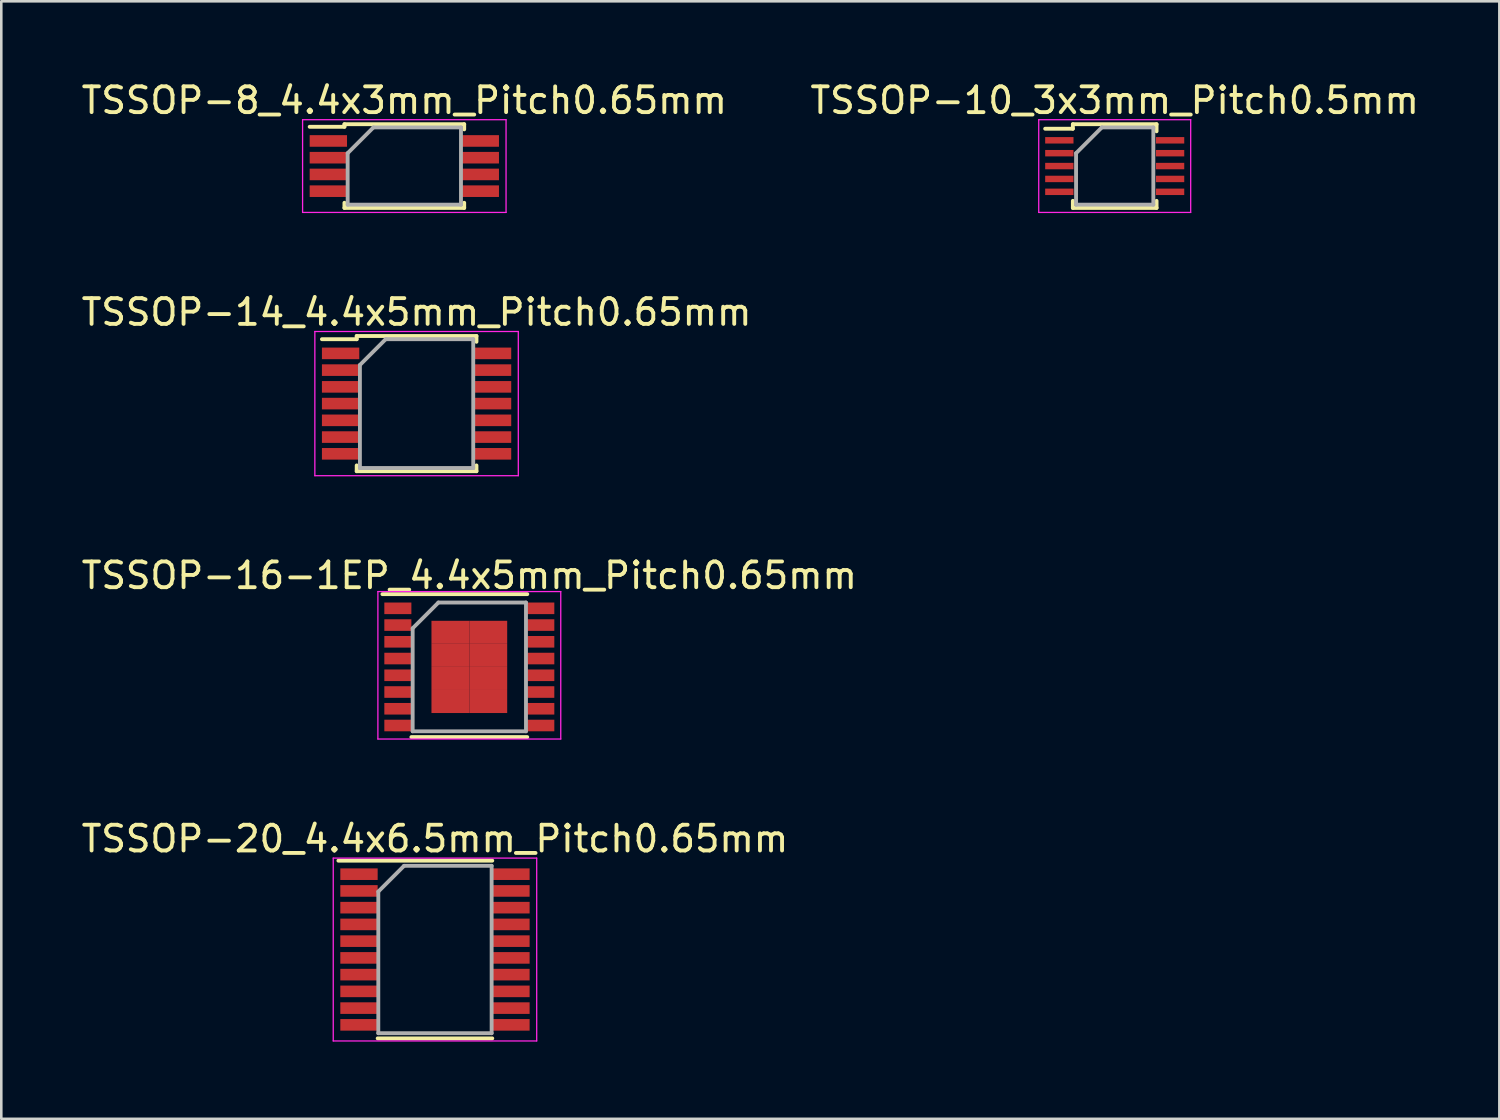
<source format=kicad_pcb>
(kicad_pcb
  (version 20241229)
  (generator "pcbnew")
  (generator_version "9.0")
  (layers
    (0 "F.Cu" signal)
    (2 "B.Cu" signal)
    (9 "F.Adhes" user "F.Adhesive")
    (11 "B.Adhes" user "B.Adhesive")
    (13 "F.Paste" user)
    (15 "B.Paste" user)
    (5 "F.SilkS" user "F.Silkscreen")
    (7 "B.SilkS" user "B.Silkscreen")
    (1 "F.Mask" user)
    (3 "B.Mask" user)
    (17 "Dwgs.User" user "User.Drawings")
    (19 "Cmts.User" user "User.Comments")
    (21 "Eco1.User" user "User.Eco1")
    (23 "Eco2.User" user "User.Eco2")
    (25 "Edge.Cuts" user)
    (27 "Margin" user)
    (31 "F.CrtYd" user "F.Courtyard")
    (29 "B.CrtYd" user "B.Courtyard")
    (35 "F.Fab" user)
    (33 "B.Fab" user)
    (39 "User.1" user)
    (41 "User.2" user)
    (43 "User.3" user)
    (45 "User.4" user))
  (footprint "TSSOP-16-1EP_4.4x5mm_Pitch0.65mm"
    (layer "F.Cu")
    (at 15.173 22.845)
    (property "Reference" "TSSOP-16-1EP_4.4x5mm_Pitch0.65mm" (at 0 -3.55 0) (layer "F.SilkS") (effects (font (size 1 1) (thickness 0.15))))
    (attr smd)
    (fp_line (start -3.375 -2.825) (end 2.25 -2.825) (stroke (width 0.15) (type solid)) (layer "F.SilkS"))
    (fp_line (start -2.25 2.725) (end 2.25 2.725) (stroke (width 0.15) (type solid)) (layer "F.SilkS"))
    (fp_line (start -3.55 -2.925) (end -3.55 2.8) (stroke (width 0.05) (type solid)) (layer "F.CrtYd"))
    (fp_line (start -3.55 -2.925) (end 3.55 -2.925) (stroke (width 0.05) (type solid)) (layer "F.CrtYd"))
    (fp_line (start -3.55 2.8) (end 3.55 2.8) (stroke (width 0.05) (type solid)) (layer "F.CrtYd"))
    (fp_line (start 3.55 -2.925) (end 3.55 2.8) (stroke (width 0.05) (type solid)) (layer "F.CrtYd"))
    (fp_line (start -2.2 -1.5) (end -1.2 -2.5) (stroke (width 0.15) (type solid)) (layer "F.Fab"))
    (fp_line (start -2.2 2.5) (end -2.2 -1.5) (stroke (width 0.15) (type solid)) (layer "F.Fab"))
    (fp_line (start -1.2 -2.5) (end 2.2 -2.5) (stroke (width 0.15) (type solid)) (layer "F.Fab"))
    (fp_line (start 2.2 -2.5) (end 2.2 2.5) (stroke (width 0.15) (type solid)) (layer "F.Fab"))
    (fp_line (start 2.2 2.5) (end -2.2 2.5) (stroke (width 0.15) (type solid)) (layer "F.Fab"))
    (pad "1" smd rect (at -2.775 -2.275) (size 1.05 0.45) (layers "F.Cu" "F.Mask" "F.Paste"))
    (pad "2" smd rect (at -2.775 -1.625) (size 1.05 0.45) (layers "F.Cu" "F.Mask" "F.Paste"))
    (pad "3" smd rect (at -2.775 -0.975) (size 1.05 0.45) (layers "F.Cu" "F.Mask" "F.Paste"))
    (pad "4" smd rect (at -2.775 -0.325) (size 1.05 0.45) (layers "F.Cu" "F.Mask" "F.Paste"))
    (pad "5" smd rect (at -2.775 0.325) (size 1.05 0.45) (layers "F.Cu" "F.Mask" "F.Paste"))
    (pad "6" smd rect (at -2.775 0.975) (size 1.05 0.45) (layers "F.Cu" "F.Mask" "F.Paste"))
    (pad "7" smd rect (at -2.775 1.625) (size 1.05 0.45) (layers "F.Cu" "F.Mask" "F.Paste"))
    (pad "8" smd rect (at -2.775 2.275) (size 1.05 0.45) (layers "F.Cu" "F.Mask" "F.Paste"))
    (pad "9" smd rect (at 2.775 2.275) (size 1.05 0.45) (layers "F.Cu" "F.Mask" "F.Paste"))
    (pad "10" smd rect (at 2.775 1.625) (size 1.05 0.45) (layers "F.Cu" "F.Mask" "F.Paste"))
    (pad "11" smd rect (at 2.775 0.975) (size 1.05 0.45) (layers "F.Cu" "F.Mask" "F.Paste"))
    (pad "12" smd rect (at 2.775 0.325) (size 1.05 0.45) (layers "F.Cu" "F.Mask" "F.Paste"))
    (pad "13" smd rect (at 2.775 -0.325) (size 1.05 0.45) (layers "F.Cu" "F.Mask" "F.Paste"))
    (pad "14" smd rect (at 2.775 -0.975) (size 1.05 0.45) (layers "F.Cu" "F.Mask" "F.Paste"))
    (pad "15" smd rect (at 2.775 -1.625) (size 1.05 0.45) (layers "F.Cu" "F.Mask" "F.Paste"))
    (pad "16" smd rect (at 2.775 -2.275) (size 1.05 0.45) (layers "F.Cu" "F.Mask" "F.Paste"))
    (pad "17" smd rect (at -0.735 -1.343) (size 1.47 0.895) (layers "F.Cu" "F.Mask" "F.Paste"))
    (pad "17" smd rect (at -0.735 -0.448) (size 1.47 0.895) (layers "F.Cu" "F.Mask" "F.Paste"))
    (pad "17" smd rect (at -0.735 0.448) (size 1.47 0.895) (layers "F.Cu" "F.Mask" "F.Paste"))
    (pad "17" smd rect (at -0.735 1.343) (size 1.47 0.895) (layers "F.Cu" "F.Mask" "F.Paste"))
    (pad "17" smd rect (at 0.735 -1.343) (size 1.47 0.895) (layers "F.Cu" "F.Mask" "F.Paste"))
    (pad "17" smd rect (at 0.735 -0.448) (size 1.47 0.895) (layers "F.Cu" "F.Mask" "F.Paste"))
    (pad "17" smd rect (at 0.735 0.448) (size 1.47 0.895) (layers "F.Cu" "F.Mask" "F.Paste"))
    (pad "17" smd rect (at 0.735 1.343) (size 1.47 0.895) (layers "F.Cu" "F.Mask" "F.Paste")))
  (footprint "TSSOP-20_4.4x6.5mm_Pitch0.65mm"
    (layer "F.Cu")
    (at 13.839 33.818)
    (property "Reference" "TSSOP-20_4.4x6.5mm_Pitch0.65mm" (at 0 -4.3 0) (layer "F.SilkS") (effects (font (size 1 1) (thickness 0.15))))
    (attr smd)
    (fp_line (start -3.75 -3.45) (end 2.225 -3.45) (stroke (width 0.15) (type solid)) (layer "F.SilkS"))
    (fp_line (start -2.225 3.45) (end 2.225 3.45) (stroke (width 0.15) (type solid)) (layer "F.SilkS"))
    (fp_line (start -3.95 -3.55) (end -3.95 3.55) (stroke (width 0.05) (type solid)) (layer "F.CrtYd"))
    (fp_line (start -3.95 -3.55) (end 3.95 -3.55) (stroke (width 0.05) (type solid)) (layer "F.CrtYd"))
    (fp_line (start -3.95 3.55) (end 3.95 3.55) (stroke (width 0.05) (type solid)) (layer "F.CrtYd"))
    (fp_line (start 3.95 -3.55) (end 3.95 3.55) (stroke (width 0.05) (type solid)) (layer "F.CrtYd"))
    (fp_line (start -2.2 -2.25) (end -1.2 -3.25) (stroke (width 0.15) (type solid)) (layer "F.Fab"))
    (fp_line (start -2.2 3.25) (end -2.2 -2.25) (stroke (width 0.15) (type solid)) (layer "F.Fab"))
    (fp_line (start -1.2 -3.25) (end 2.2 -3.25) (stroke (width 0.15) (type solid)) (layer "F.Fab"))
    (fp_line (start 2.2 -3.25) (end 2.2 3.25) (stroke (width 0.15) (type solid)) (layer "F.Fab"))
    (fp_line (start 2.2 3.25) (end -2.2 3.25) (stroke (width 0.15) (type solid)) (layer "F.Fab"))
    (pad "1" smd rect (at -2.95 -2.925) (size 1.45 0.45) (layers "F.Cu" "F.Mask" "F.Paste"))
    (pad "2" smd rect (at -2.95 -2.275) (size 1.45 0.45) (layers "F.Cu" "F.Mask" "F.Paste"))
    (pad "3" smd rect (at -2.95 -1.625) (size 1.45 0.45) (layers "F.Cu" "F.Mask" "F.Paste"))
    (pad "4" smd rect (at -2.95 -0.975) (size 1.45 0.45) (layers "F.Cu" "F.Mask" "F.Paste"))
    (pad "5" smd rect (at -2.95 -0.325) (size 1.45 0.45) (layers "F.Cu" "F.Mask" "F.Paste"))
    (pad "6" smd rect (at -2.95 0.325) (size 1.45 0.45) (layers "F.Cu" "F.Mask" "F.Paste"))
    (pad "7" smd rect (at -2.95 0.975) (size 1.45 0.45) (layers "F.Cu" "F.Mask" "F.Paste"))
    (pad "8" smd rect (at -2.95 1.625) (size 1.45 0.45) (layers "F.Cu" "F.Mask" "F.Paste"))
    (pad "9" smd rect (at -2.95 2.275) (size 1.45 0.45) (layers "F.Cu" "F.Mask" "F.Paste"))
    (pad "10" smd rect (at -2.95 2.925) (size 1.45 0.45) (layers "F.Cu" "F.Mask" "F.Paste"))
    (pad "11" smd rect (at 2.95 2.925) (size 1.45 0.45) (layers "F.Cu" "F.Mask" "F.Paste"))
    (pad "12" smd rect (at 2.95 2.275) (size 1.45 0.45) (layers "F.Cu" "F.Mask" "F.Paste"))
    (pad "13" smd rect (at 2.95 1.625) (size 1.45 0.45) (layers "F.Cu" "F.Mask" "F.Paste"))
    (pad "14" smd rect (at 2.95 0.975) (size 1.45 0.45) (layers "F.Cu" "F.Mask" "F.Paste"))
    (pad "15" smd rect (at 2.95 0.325) (size 1.45 0.45) (layers "F.Cu" "F.Mask" "F.Paste"))
    (pad "16" smd rect (at 2.95 -0.325) (size 1.45 0.45) (layers "F.Cu" "F.Mask" "F.Paste"))
    (pad "17" smd rect (at 2.95 -0.975) (size 1.45 0.45) (layers "F.Cu" "F.Mask" "F.Paste"))
    (pad "18" smd rect (at 2.95 -1.625) (size 1.45 0.45) (layers "F.Cu" "F.Mask" "F.Paste"))
    (pad "19" smd rect (at 2.95 -2.275) (size 1.45 0.45) (layers "F.Cu" "F.Mask" "F.Paste"))
    (pad "20" smd rect (at 2.95 -2.925) (size 1.45 0.45) (layers "F.Cu" "F.Mask" "F.Paste")))
  (footprint "TSSOP-10_3x3mm_Pitch0.5mm"
    (layer "F.Cu")
    (at 40.232 3.398)
    (property "Reference" "TSSOP-10_3x3mm_Pitch0.5mm" (at 0 -2.55 0) (layer "F.SilkS") (effects (font (size 1 1) (thickness 0.15))))
    (attr smd)
    (fp_line (start -1.625 -1.625) (end -1.625 -1.45) (stroke (width 0.15) (type solid)) (layer "F.SilkS"))
    (fp_line (start -1.625 -1.625) (end 1.625 -1.625) (stroke (width 0.15) (type solid)) (layer "F.SilkS"))
    (fp_line (start -1.625 -1.45) (end -2.7 -1.45) (stroke (width 0.15) (type solid)) (layer "F.SilkS"))
    (fp_line (start -1.625 1.625) (end -1.625 1.35) (stroke (width 0.15) (type solid)) (layer "F.SilkS"))
    (fp_line (start -1.625 1.625) (end 1.625 1.625) (stroke (width 0.15) (type solid)) (layer "F.SilkS"))
    (fp_line (start 1.625 -1.625) (end 1.625 -1.35) (stroke (width 0.15) (type solid)) (layer "F.SilkS"))
    (fp_line (start 1.625 1.625) (end 1.625 1.35) (stroke (width 0.15) (type solid)) (layer "F.SilkS"))
    (fp_line (start -2.95 -1.8) (end -2.95 1.8) (stroke (width 0.05) (type solid)) (layer "F.CrtYd"))
    (fp_line (start -2.95 -1.8) (end 2.95 -1.8) (stroke (width 0.05) (type solid)) (layer "F.CrtYd"))
    (fp_line (start -2.95 1.8) (end 2.95 1.8) (stroke (width 0.05) (type solid)) (layer "F.CrtYd"))
    (fp_line (start 2.95 -1.8) (end 2.95 1.8) (stroke (width 0.05) (type solid)) (layer "F.CrtYd"))
    (fp_line (start -1.5 -0.5) (end -0.5 -1.5) (stroke (width 0.15) (type solid)) (layer "F.Fab"))
    (fp_line (start -1.5 1.5) (end -1.5 -0.5) (stroke (width 0.15) (type solid)) (layer "F.Fab"))
    (fp_line (start -0.5 -1.5) (end 1.5 -1.5) (stroke (width 0.15) (type solid)) (layer "F.Fab"))
    (fp_line (start 1.5 -1.5) (end 1.5 1.5) (stroke (width 0.15) (type solid)) (layer "F.Fab"))
    (fp_line (start 1.5 1.5) (end -1.5 1.5) (stroke (width 0.15) (type solid)) (layer "F.Fab"))
    (pad "1" smd rect (at -2.15 -1) (size 1.1 0.25) (layers "F.Cu" "F.Mask" "F.Paste"))
    (pad "2" smd rect (at -2.15 -0.5) (size 1.1 0.25) (layers "F.Cu" "F.Mask" "F.Paste"))
    (pad "3" smd rect (at -2.15 0) (size 1.1 0.25) (layers "F.Cu" "F.Mask" "F.Paste"))
    (pad "4" smd rect (at -2.15 0.5) (size 1.1 0.25) (layers "F.Cu" "F.Mask" "F.Paste"))
    (pad "5" smd rect (at -2.15 1) (size 1.1 0.25) (layers "F.Cu" "F.Mask" "F.Paste"))
    (pad "6" smd rect (at 2.15 1) (size 1.1 0.25) (layers "F.Cu" "F.Mask" "F.Paste"))
    (pad "7" smd rect (at 2.15 0.5) (size 1.1 0.25) (layers "F.Cu" "F.Mask" "F.Paste"))
    (pad "8" smd rect (at 2.15 0) (size 1.1 0.25) (layers "F.Cu" "F.Mask" "F.Paste"))
    (pad "9" smd rect (at 2.15 -0.5) (size 1.1 0.25) (layers "F.Cu" "F.Mask" "F.Paste"))
    (pad "10" smd rect (at 2.15 -1) (size 1.1 0.25) (layers "F.Cu" "F.Mask" "F.Paste")))
  (footprint "TSSOP-14_4.4x5mm_Pitch0.65mm"
    (layer "F.Cu")
    (at 13.125 12.621)
    (property "Reference" "TSSOP-14_4.4x5mm_Pitch0.65mm" (at 0 -3.55 0) (layer "F.SilkS") (effects (font (size 1 1) (thickness 0.15))))
    (attr smd)
    (fp_line (start -2.325 -2.625) (end -2.325 -2.5) (stroke (width 0.15) (type solid)) (layer "F.SilkS"))
    (fp_line (start -2.325 -2.625) (end 2.325 -2.625) (stroke (width 0.15) (type solid)) (layer "F.SilkS"))
    (fp_line (start -2.325 -2.5) (end -3.675 -2.5) (stroke (width 0.15) (type solid)) (layer "F.SilkS"))
    (fp_line (start -2.325 2.625) (end -2.325 2.4) (stroke (width 0.15) (type solid)) (layer "F.SilkS"))
    (fp_line (start -2.325 2.625) (end 2.325 2.625) (stroke (width 0.15) (type solid)) (layer "F.SilkS"))
    (fp_line (start 2.325 -2.625) (end 2.325 -2.4) (stroke (width 0.15) (type solid)) (layer "F.SilkS"))
    (fp_line (start 2.325 2.625) (end 2.325 2.4) (stroke (width 0.15) (type solid)) (layer "F.SilkS"))
    (fp_line (start -3.95 -2.8) (end -3.95 2.8) (stroke (width 0.05) (type solid)) (layer "F.CrtYd"))
    (fp_line (start -3.95 -2.8) (end 3.95 -2.8) (stroke (width 0.05) (type solid)) (layer "F.CrtYd"))
    (fp_line (start -3.95 2.8) (end 3.95 2.8) (stroke (width 0.05) (type solid)) (layer "F.CrtYd"))
    (fp_line (start 3.95 -2.8) (end 3.95 2.8) (stroke (width 0.05) (type solid)) (layer "F.CrtYd"))
    (fp_line (start -2.2 -1.5) (end -1.2 -2.5) (stroke (width 0.15) (type solid)) (layer "F.Fab"))
    (fp_line (start -2.2 2.5) (end -2.2 -1.5) (stroke (width 0.15) (type solid)) (layer "F.Fab"))
    (fp_line (start -1.2 -2.5) (end 2.2 -2.5) (stroke (width 0.15) (type solid)) (layer "F.Fab"))
    (fp_line (start 2.2 -2.5) (end 2.2 2.5) (stroke (width 0.15) (type solid)) (layer "F.Fab"))
    (fp_line (start 2.2 2.5) (end -2.2 2.5) (stroke (width 0.15) (type solid)) (layer "F.Fab"))
    (pad "1" smd rect (at -2.95 -1.95) (size 1.45 0.45) (layers "F.Cu" "F.Mask" "F.Paste"))
    (pad "2" smd rect (at -2.95 -1.3) (size 1.45 0.45) (layers "F.Cu" "F.Mask" "F.Paste"))
    (pad "3" smd rect (at -2.95 -0.65) (size 1.45 0.45) (layers "F.Cu" "F.Mask" "F.Paste"))
    (pad "4" smd rect (at -2.95 0) (size 1.45 0.45) (layers "F.Cu" "F.Mask" "F.Paste"))
    (pad "5" smd rect (at -2.95 0.65) (size 1.45 0.45) (layers "F.Cu" "F.Mask" "F.Paste"))
    (pad "6" smd rect (at -2.95 1.3) (size 1.45 0.45) (layers "F.Cu" "F.Mask" "F.Paste"))
    (pad "7" smd rect (at -2.95 1.95) (size 1.45 0.45) (layers "F.Cu" "F.Mask" "F.Paste"))
    (pad "8" smd rect (at 2.95 1.95) (size 1.45 0.45) (layers "F.Cu" "F.Mask" "F.Paste"))
    (pad "9" smd rect (at 2.95 1.3) (size 1.45 0.45) (layers "F.Cu" "F.Mask" "F.Paste"))
    (pad "10" smd rect (at 2.95 0.65) (size 1.45 0.45) (layers "F.Cu" "F.Mask" "F.Paste"))
    (pad "11" smd rect (at 2.95 0) (size 1.45 0.45) (layers "F.Cu" "F.Mask" "F.Paste"))
    (pad "12" smd rect (at 2.95 -0.65) (size 1.45 0.45) (layers "F.Cu" "F.Mask" "F.Paste"))
    (pad "13" smd rect (at 2.95 -1.3) (size 1.45 0.45) (layers "F.Cu" "F.Mask" "F.Paste"))
    (pad "14" smd rect (at 2.95 -1.95) (size 1.45 0.45) (layers "F.Cu" "F.Mask" "F.Paste")))
  (footprint "TSSOP-8_4.4x3mm_Pitch0.65mm"
    (layer "F.Cu")
    (at 12.649 3.398)
    (property "Reference" "TSSOP-8_4.4x3mm_Pitch0.65mm" (at 0 -2.55 0) (layer "F.SilkS") (effects (font (size 1 1) (thickness 0.15))))
    (attr smd)
    (fp_line (start -2.325 -1.625) (end -2.325 -1.525) (stroke (width 0.15) (type solid)) (layer "F.SilkS"))
    (fp_line (start -2.325 -1.625) (end 2.325 -1.625) (stroke (width 0.15) (type solid)) (layer "F.SilkS"))
    (fp_line (start -2.325 -1.525) (end -3.675 -1.525) (stroke (width 0.15) (type solid)) (layer "F.SilkS"))
    (fp_line (start -2.325 1.625) (end -2.325 1.425) (stroke (width 0.15) (type solid)) (layer "F.SilkS"))
    (fp_line (start -2.325 1.625) (end 2.325 1.625) (stroke (width 0.15) (type solid)) (layer "F.SilkS"))
    (fp_line (start 2.325 -1.625) (end 2.325 -1.425) (stroke (width 0.15) (type solid)) (layer "F.SilkS"))
    (fp_line (start 2.325 1.625) (end 2.325 1.425) (stroke (width 0.15) (type solid)) (layer "F.SilkS"))
    (fp_line (start -3.95 -1.8) (end -3.95 1.8) (stroke (width 0.05) (type solid)) (layer "F.CrtYd"))
    (fp_line (start -3.95 -1.8) (end 3.95 -1.8) (stroke (width 0.05) (type solid)) (layer "F.CrtYd"))
    (fp_line (start -3.95 1.8) (end 3.95 1.8) (stroke (width 0.05) (type solid)) (layer "F.CrtYd"))
    (fp_line (start 3.95 -1.8) (end 3.95 1.8) (stroke (width 0.05) (type solid)) (layer "F.CrtYd"))
    (fp_line (start -2.2 -0.5) (end -1.2 -1.5) (stroke (width 0.15) (type solid)) (layer "F.Fab"))
    (fp_line (start -2.2 1.5) (end -2.2 -0.5) (stroke (width 0.15) (type solid)) (layer "F.Fab"))
    (fp_line (start -1.2 -1.5) (end 2.2 -1.5) (stroke (width 0.15) (type solid)) (layer "F.Fab"))
    (fp_line (start 2.2 -1.5) (end 2.2 1.5) (stroke (width 0.15) (type solid)) (layer "F.Fab"))
    (fp_line (start 2.2 1.5) (end -2.2 1.5) (stroke (width 0.15) (type solid)) (layer "F.Fab"))
    (pad "1" smd rect (at -2.95 -0.975) (size 1.45 0.45) (layers "F.Cu" "F.Mask" "F.Paste"))
    (pad "2" smd rect (at -2.95 -0.325) (size 1.45 0.45) (layers "F.Cu" "F.Mask" "F.Paste"))
    (pad "3" smd rect (at -2.95 0.325) (size 1.45 0.45) (layers "F.Cu" "F.Mask" "F.Paste"))
    (pad "4" smd rect (at -2.95 0.975) (size 1.45 0.45) (layers "F.Cu" "F.Mask" "F.Paste"))
    (pad "5" smd rect (at 2.95 0.975) (size 1.45 0.45) (layers "F.Cu" "F.Mask" "F.Paste"))
    (pad "6" smd rect (at 2.95 0.325) (size 1.45 0.45) (layers "F.Cu" "F.Mask" "F.Paste"))
    (pad "7" smd rect (at 2.95 -0.325) (size 1.45 0.45) (layers "F.Cu" "F.Mask" "F.Paste"))
    (pad "8" smd rect (at 2.95 -0.975) (size 1.45 0.45) (layers "F.Cu" "F.Mask" "F.Paste")))
  (gr_rect
    (start -3 -3)
    (end 55.167 40.393)
    (stroke (width 0.1) (type default))
    (fill no)
    (layer "Edge.Cuts")))
</source>
